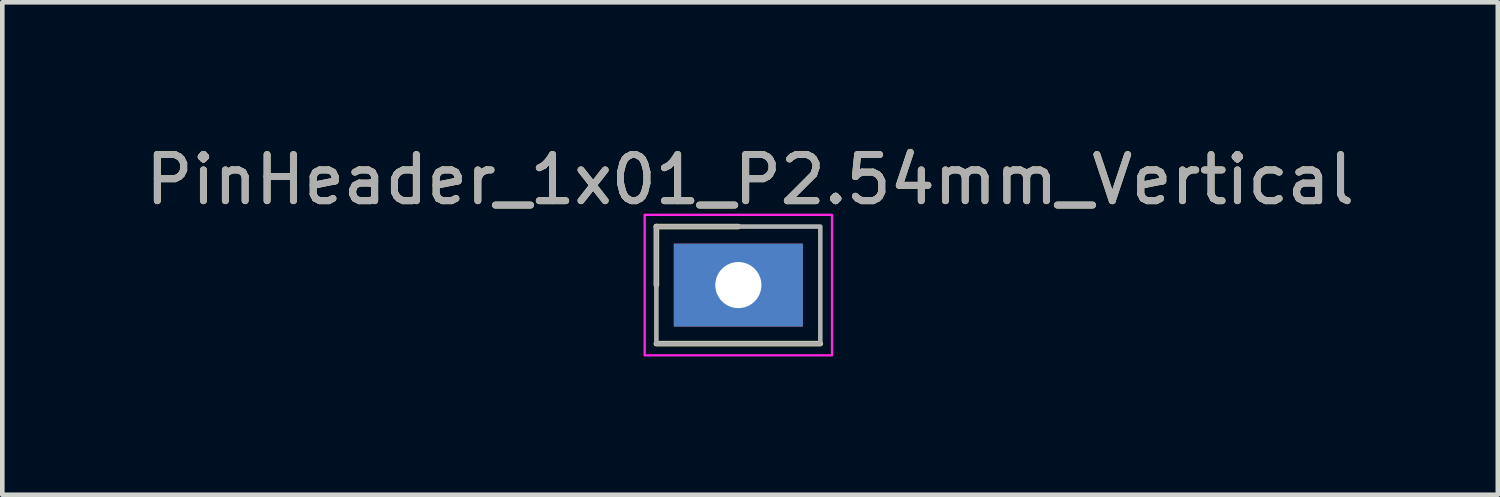
<source format=kicad_pcb>
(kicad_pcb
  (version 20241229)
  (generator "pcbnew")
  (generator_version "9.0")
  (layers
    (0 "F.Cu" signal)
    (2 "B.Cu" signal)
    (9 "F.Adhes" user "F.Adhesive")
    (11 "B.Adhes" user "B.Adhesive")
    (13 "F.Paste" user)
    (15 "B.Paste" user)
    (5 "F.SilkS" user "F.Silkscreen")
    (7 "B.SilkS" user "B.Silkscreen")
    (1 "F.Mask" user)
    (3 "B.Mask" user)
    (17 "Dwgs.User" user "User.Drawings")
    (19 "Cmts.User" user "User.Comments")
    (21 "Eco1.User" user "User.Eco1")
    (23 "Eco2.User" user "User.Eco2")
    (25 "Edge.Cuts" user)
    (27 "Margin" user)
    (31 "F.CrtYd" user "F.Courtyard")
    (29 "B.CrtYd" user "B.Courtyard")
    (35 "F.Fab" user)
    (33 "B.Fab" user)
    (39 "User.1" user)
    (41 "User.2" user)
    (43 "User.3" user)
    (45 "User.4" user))
  (footprint "PinHeader_1x01_P2.54mm_Vertical"
    (layer "F.Cu")
    (at 12.966 3.134)
    (property "Reference" "PinHeader_1x01_P2.54mm_Vertical" (at 0.254 -2.286 0) (unlocked yes) (layer "F.SilkS") (effects (font (size 1 1) (thickness 0.15))))
    (attr through_hole)
    (fp_line (start -1.778 -1.27) (end 0 -1.27) (stroke (width 0.12) (type solid)) (layer "F.SilkS"))
    (fp_line (start -1.778 0) (end -1.778 -1.27) (stroke (width 0.12) (type solid)) (layer "F.SilkS"))
    (fp_line (start -1.778 1.27) (end 1.778 1.27) (stroke (width 0.12) (type solid)) (layer "F.SilkS"))
    (fp_rect (start -2.032 -1.524) (end 2.032 1.524) (stroke (width 0.05) (type solid)) (fill no) (layer "F.CrtYd"))
    (fp_rect (start -1.778 -1.27) (end 1.778 1.27) (stroke (width 0.1) (type solid)) (fill no) (layer "F.Fab"))
    (fp_text user "${REFERENCE}" (at 0.254 -2.286 0) (unlocked yes) (layer "F.Fab") (effects (font (size 1 1) (thickness 0.15))))
    (pad "1" thru_hole rect (at 0 0) (size 2.8 1.8) (drill 1) (layers "*.Cu" "*.Mask")))
  (gr_rect
    (start -3 -3)
    (end 29.44 7.683)
    (stroke (width 0.1) (type default))
    (fill no)
    (layer "Edge.Cuts")))
</source>
